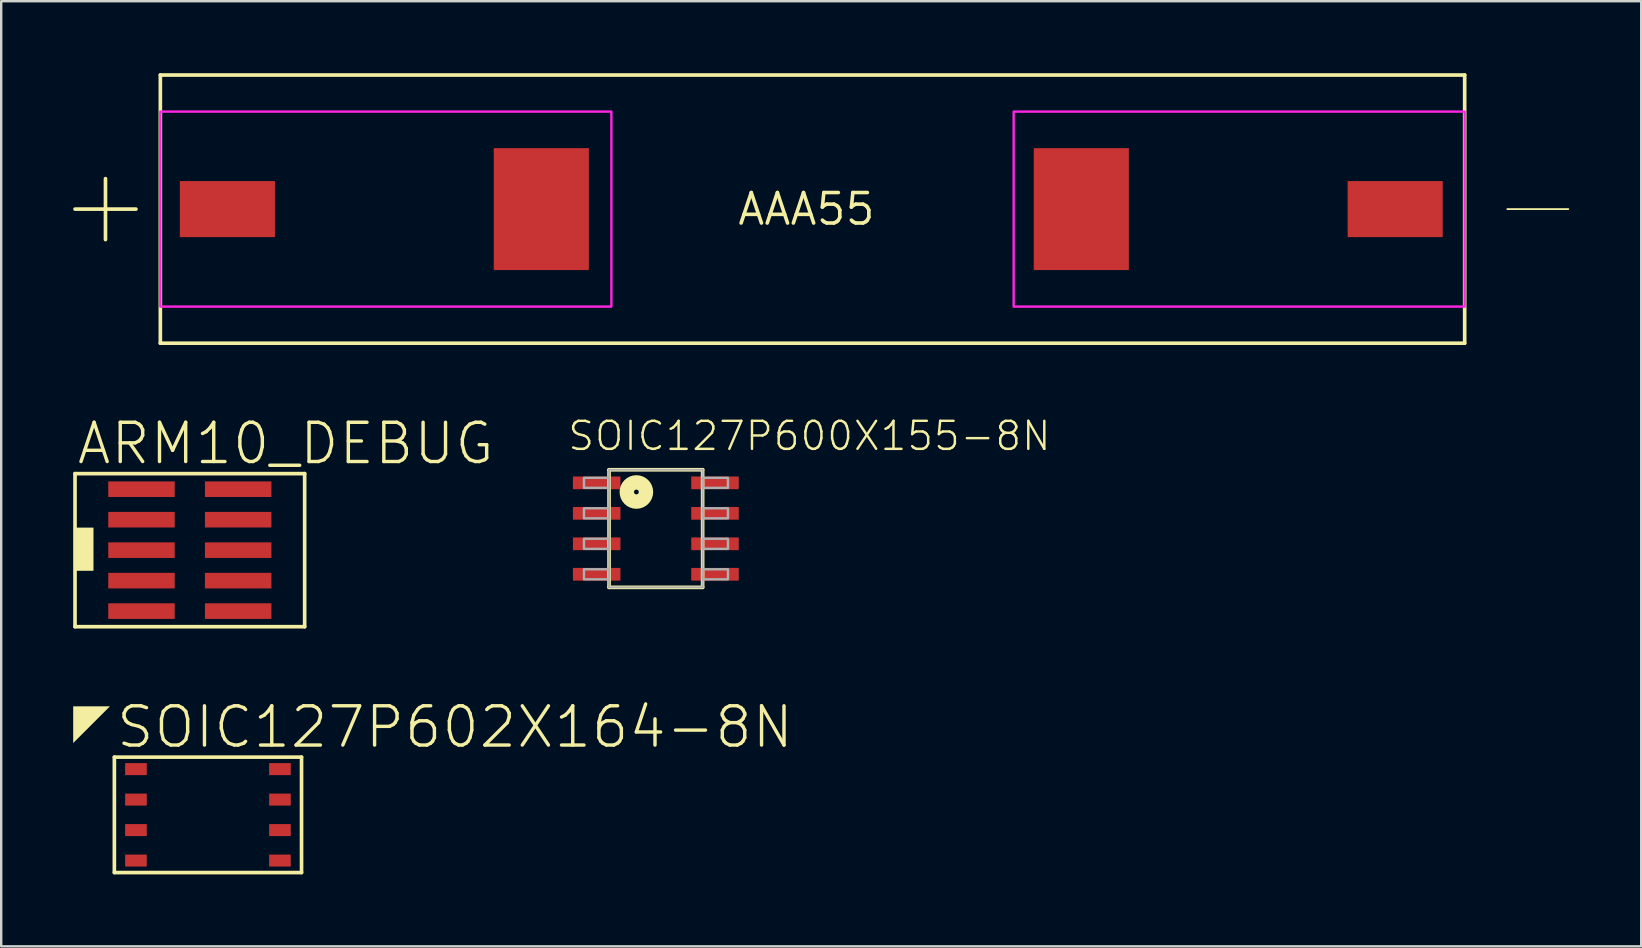
<source format=kicad_pcb>
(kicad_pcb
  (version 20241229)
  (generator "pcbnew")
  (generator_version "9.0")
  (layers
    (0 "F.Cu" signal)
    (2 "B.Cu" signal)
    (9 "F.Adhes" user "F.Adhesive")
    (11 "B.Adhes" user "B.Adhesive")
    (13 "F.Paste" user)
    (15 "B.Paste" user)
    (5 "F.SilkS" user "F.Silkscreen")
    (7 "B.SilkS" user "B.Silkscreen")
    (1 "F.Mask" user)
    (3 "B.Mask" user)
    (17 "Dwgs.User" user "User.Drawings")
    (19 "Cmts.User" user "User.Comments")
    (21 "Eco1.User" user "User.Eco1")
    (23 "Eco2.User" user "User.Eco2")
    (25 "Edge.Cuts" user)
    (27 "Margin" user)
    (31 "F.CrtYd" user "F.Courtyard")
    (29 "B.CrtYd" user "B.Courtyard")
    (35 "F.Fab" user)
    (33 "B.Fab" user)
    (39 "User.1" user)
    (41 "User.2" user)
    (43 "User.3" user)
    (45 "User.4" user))
  (footprint "ARM10_DEBUG"
    (layer "F.Cu")
    (at 2.846 17.337)
    (property "Reference" "ARM10_DEBUG" (at -2.77 -0.946 0) (layer "F.SilkS") (effects (font (size 1.636 1.636) (thickness 0.142)) (justify left bottom)))
    (fp_line (start -2.77 -0.65) (end 6.8 -0.65) (stroke (width 0.152) (type solid)) (layer "F.SilkS"))
    (fp_line (start -2.77 5.73) (end -2.77 -0.65) (stroke (width 0.152) (type solid)) (layer "F.SilkS"))
    (fp_line (start 6.8 -0.65) (end 6.8 5.73) (stroke (width 0.152) (type solid)) (layer "F.SilkS"))
    (fp_line (start 6.8 5.73) (end -2.77 5.73) (stroke (width 0.152) (type solid)) (layer "F.SilkS"))
    (fp_poly (pts (xy -2.8 3.4) (xy -2 3.4) (xy -2 1.6) (xy -2.8 1.6)) (stroke (width 0) (type default)) (fill yes) (layer "F.SilkS"))
    (pad "GND@3" smd rect (at 0 1.27) (size 2.77 0.65) (layers "F.Cu" "F.Mask" "F.Paste"))
    (pad "GND@5" smd rect (at 0 2.54) (size 2.77 0.65) (layers "F.Cu" "F.Mask" "F.Paste"))
    (pad "GND@9" smd rect (at 0 5.08) (size 2.77 0.65) (layers "F.Cu" "F.Mask" "F.Paste"))
    (pad "JRCLK" smd rect (at 0 3.81) (size 2.77 0.65) (layers "F.Cu" "F.Mask" "F.Paste"))
    (pad "NRST" smd rect (at 4.03 5.08) (size 2.77 0.65) (layers "F.Cu" "F.Mask" "F.Paste"))
    (pad "TCK/SWDCLK" smd rect (at 4.03 1.27) (size 2.77 0.65) (layers "F.Cu" "F.Mask" "F.Paste"))
    (pad "TDI" smd rect (at 4.03 3.81) (size 2.77 0.65) (layers "F.Cu" "F.Mask" "F.Paste"))
    (pad "TDO/SWO" smd rect (at 4.03 2.54) (size 2.77 0.65) (layers "F.Cu" "F.Mask" "F.Paste"))
    (pad "TMS/SWDIO" smd rect (at 4.03 0) (size 2.77 0.65) (layers "F.Cu" "F.Mask" "F.Paste"))
    (pad "VCC" smd rect (at 0 0) (size 2.77 0.65) (layers "F.Cu" "F.Mask" "F.Paste")))
  (footprint "SOIC127P602X164-8N"
    (layer "F.Cu")
    (at 2.616 29.002)
    (property "Reference" "SOIC127P602X164-8N" (at -0.9 -0.796 0) (layer "F.SilkS") (effects (font (size 1.636 1.636) (thickness 0.142)) (justify left bottom)))
    (fp_line (start -0.9 -0.5) (end 6.9 -0.5) (stroke (width 0.152) (type solid)) (layer "F.SilkS"))
    (fp_line (start -0.9 4.31) (end -0.9 -0.5) (stroke (width 0.152) (type solid)) (layer "F.SilkS"))
    (fp_line (start 6.9 -0.5) (end 6.9 4.31) (stroke (width 0.152) (type solid)) (layer "F.SilkS"))
    (fp_line (start 6.9 4.31) (end -0.9 4.31) (stroke (width 0.152) (type solid)) (layer "F.SilkS"))
    (fp_poly (pts (xy -2.616 -1.086) (xy -2.616 -2.616) (xy -1.086 -2.616)) (stroke (width 0) (type default)) (fill yes) (layer "F.SilkS"))
    (pad "1" smd rect (at 0 0) (size 0.9 0.5) (layers "F.Cu" "F.Mask" "F.Paste"))
    (pad "2" smd rect (at 0 1.27) (size 0.9 0.5) (layers "F.Cu" "F.Mask" "F.Paste"))
    (pad "3" smd rect (at 0 2.54) (size 0.9 0.5) (layers "F.Cu" "F.Mask" "F.Paste"))
    (pad "4" smd rect (at 0 3.81) (size 0.9 0.5) (layers "F.Cu" "F.Mask" "F.Paste"))
    (pad "5" smd rect (at 6 3.81) (size 0.9 0.5) (layers "F.Cu" "F.Mask" "F.Paste"))
    (pad "6" smd rect (at 6 2.54) (size 0.9 0.5) (layers "F.Cu" "F.Mask" "F.Paste"))
    (pad "7" smd rect (at 6 1.27) (size 0.9 0.5) (layers "F.Cu" "F.Mask" "F.Paste"))
    (pad "8" smd rect (at 6 0) (size 0.9 0.5) (layers "F.Cu" "F.Mask" "F.Paste")))
  (footprint "AAA55"
    (layer "F.Cu")
    (at 30.556 5.664)
    (property "Reference" "AAA55" (at 0 0 0) (layer "F.SilkS") (effects (font (size 1.27 1.27) (thickness 0.15))))
    (fp_line (start -30.48 0) (end -27.94 0) (stroke (width 0.152) (type solid)) (layer "F.SilkS"))
    (fp_line (start -29.21 -1.27) (end -29.21 1.27) (stroke (width 0.152) (type solid)) (layer "F.SilkS"))
    (fp_line (start -26.924 -5.588) (end -26.924 5.588) (stroke (width 0.152) (type solid)) (layer "F.SilkS"))
    (fp_line (start -26.924 5.588) (end 27.432 5.588) (stroke (width 0.152) (type solid)) (layer "F.SilkS"))
    (fp_line (start 27.432 -5.588) (end -26.924 -5.588) (stroke (width 0.152) (type solid)) (layer "F.SilkS"))
    (fp_line (start 27.432 5.588) (end 27.432 -5.588) (stroke (width 0.152) (type solid)) (layer "F.SilkS"))
    (fp_line (start 29.21 0) (end 31.75 0) (stroke (width 0.076) (type solid)) (layer "F.SilkS"))
    (fp_poly (pts (xy -26.924 4.064) (xy -8.128 4.064) (xy -8.128 -4.064) (xy -26.924 -4.064)) (stroke (width 0.1) (type default)) (fill no) (layer "F.CrtYd"))
    (fp_poly (pts (xy 8.636 4.064) (xy 27.432 4.064) (xy 27.432 -4.064) (xy 8.636 -4.064)) (stroke (width 0.1) (type default)) (fill no) (layer "F.CrtYd"))
    (pad "N1" smd rect (at 24.536 0) (size 3.962 2.337) (layers "F.Cu" "F.Mask" "F.Paste"))
    (pad "N2" smd rect (at 11.455 0) (size 3.962 5.08) (layers "F.Cu" "F.Mask" "F.Paste"))
    (pad "P1" smd rect (at -24.13 0) (size 3.962 2.337) (layers "F.Cu" "F.Mask" "F.Paste"))
    (pad "P2" smd rect (at -11.049 0) (size 3.962 5.08) (layers "F.Cu" "F.Mask" "F.Paste")))
  (footprint "SOIC127P600X155-8N"
    (layer "F.Cu")
    (at 24.281 18.977)
    (property "Reference" "SOIC127P600X155-8N" (at -3.735 -3.175 0) (layer "F.SilkS") (effects (font (size 1.168 1.168) (thickness 0.102)) (justify left bottom)))
    (fp_line (start -1.95 -2.45) (end 1.95 -2.45) (stroke (width 0.152) (type solid)) (layer "F.SilkS"))
    (fp_line (start -1.95 2.45) (end -1.95 -2.45) (stroke (width 0.152) (type solid)) (layer "F.SilkS"))
    (fp_line (start 1.95 -2.45) (end 1.95 2.45) (stroke (width 0.152) (type solid)) (layer "F.SilkS"))
    (fp_line (start 1.95 2.45) (end -1.95 2.45) (stroke (width 0.152) (type solid)) (layer "F.SilkS"))
    (fp_circle (center -0.811 -1.524) (end -0.711 -1.524) (stroke (width 0.6) (type solid)) (fill no) (layer "F.SilkS"))
    (fp_line (start -1.95 -2.45) (end 1.95 -2.45) (stroke (width 0.076) (type solid)) (layer "F.Fab"))
    (fp_line (start -1.95 2.45) (end -1.95 -2.45) (stroke (width 0.076) (type solid)) (layer "F.Fab"))
    (fp_line (start 1.95 -2.45) (end 1.95 2.45) (stroke (width 0.076) (type solid)) (layer "F.Fab"))
    (fp_line (start 1.95 2.45) (end -1.95 2.45) (stroke (width 0.076) (type solid)) (layer "F.Fab"))
    (fp_poly (pts (xy -2.995 -1.695) (xy -1.945 -1.695) (xy -1.945 -2.115) (xy -2.995 -2.115)) (stroke (width 0.1) (type default)) (fill no) (layer "F.Fab"))
    (fp_poly (pts (xy -2.995 -0.425) (xy -1.945 -0.425) (xy -1.945 -0.845) (xy -2.995 -0.845)) (stroke (width 0.1) (type default)) (fill no) (layer "F.Fab"))
    (fp_poly (pts (xy -2.995 0.845) (xy -1.945 0.845) (xy -1.945 0.425) (xy -2.995 0.425)) (stroke (width 0.1) (type default)) (fill no) (layer "F.Fab"))
    (fp_poly (pts (xy -2.995 2.115) (xy -1.945 2.115) (xy -1.945 1.695) (xy -2.995 1.695)) (stroke (width 0.1) (type default)) (fill no) (layer "F.Fab"))
    (fp_poly (pts (xy 1.955 -1.695) (xy 3.005 -1.695) (xy 3.005 -2.115) (xy 1.955 -2.115)) (stroke (width 0.1) (type default)) (fill no) (layer "F.Fab"))
    (fp_poly (pts (xy 1.955 -0.425) (xy 3.005 -0.425) (xy 3.005 -0.845) (xy 1.955 -0.845)) (stroke (width 0.1) (type default)) (fill no) (layer "F.Fab"))
    (fp_poly (pts (xy 1.955 0.845) (xy 3.005 0.845) (xy 3.005 0.425) (xy 1.955 0.425)) (stroke (width 0.1) (type default)) (fill no) (layer "F.Fab"))
    (fp_poly (pts (xy 1.955 2.115) (xy 3.005 2.115) (xy 3.005 1.695) (xy 1.955 1.695)) (stroke (width 0.1) (type default)) (fill no) (layer "F.Fab"))
    (pad "1" smd rect (at -2.465 -1.905) (size 1.98 0.53) (layers "F.Cu" "F.Mask" "F.Paste"))
    (pad "2" smd rect (at -2.465 -0.635) (size 1.98 0.53) (layers "F.Cu" "F.Mask" "F.Paste"))
    (pad "3" smd rect (at -2.465 0.635) (size 1.98 0.53) (layers "F.Cu" "F.Mask" "F.Paste"))
    (pad "4" smd rect (at -2.465 1.905) (size 1.98 0.53) (layers "F.Cu" "F.Mask" "F.Paste"))
    (pad "5" smd rect (at 2.465 1.905) (size 1.98 0.53) (layers "F.Cu" "F.Mask" "F.Paste"))
    (pad "6" smd rect (at 2.465 0.635) (size 1.98 0.53) (layers "F.Cu" "F.Mask" "F.Paste"))
    (pad "7" smd rect (at 2.465 -0.635) (size 1.98 0.53) (layers "F.Cu" "F.Mask" "F.Paste"))
    (pad "8" smd rect (at 2.465 -1.905) (size 1.98 0.53) (layers "F.Cu" "F.Mask" "F.Paste")))
  (gr_rect
    (start -3 -3)
    (end 65.344 36.388)
    (stroke (width 0.1) (type default))
    (fill no)
    (layer "Edge.Cuts")))
</source>
